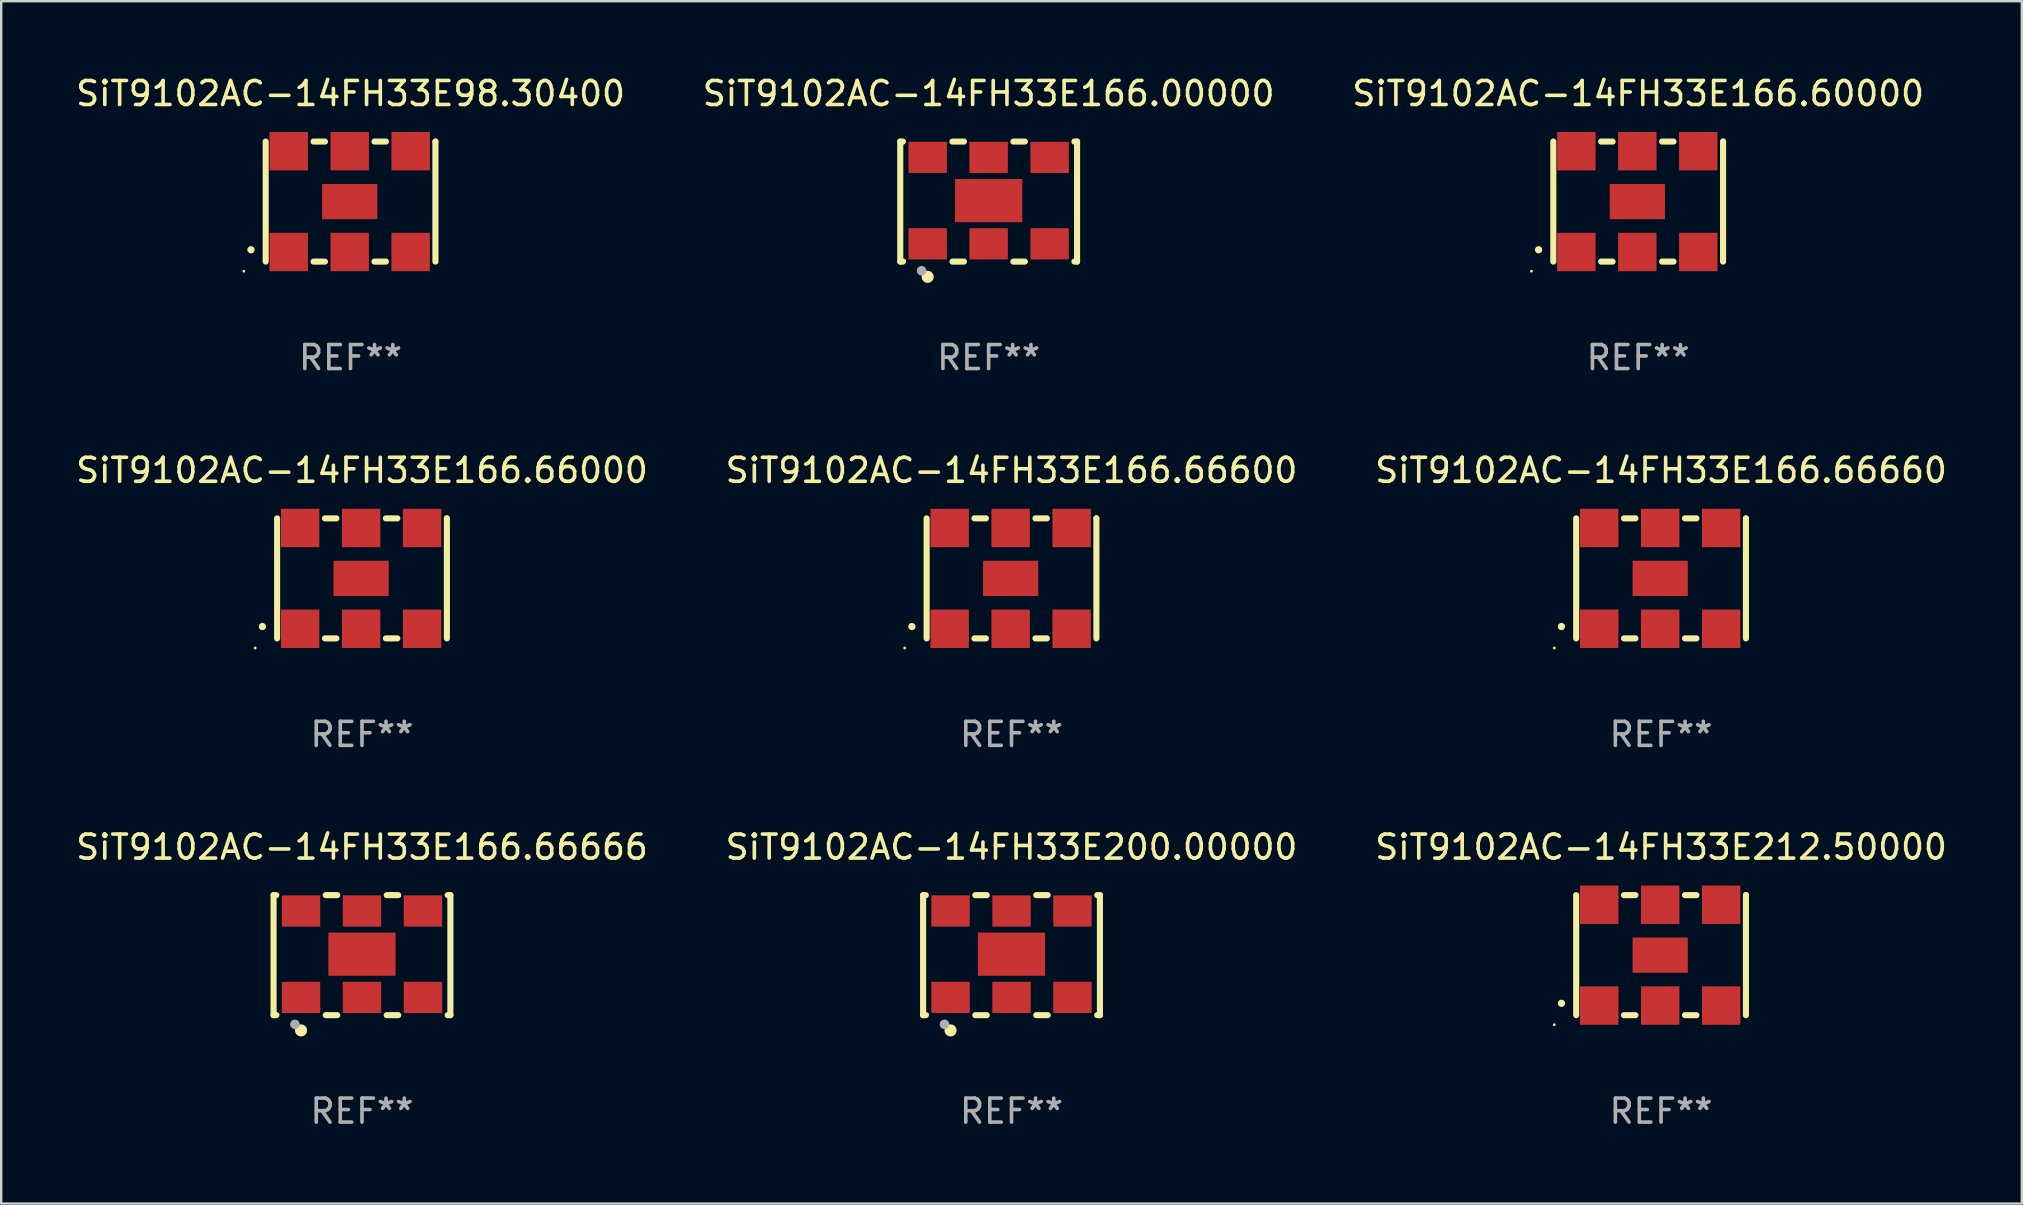
<source format=kicad_pcb>
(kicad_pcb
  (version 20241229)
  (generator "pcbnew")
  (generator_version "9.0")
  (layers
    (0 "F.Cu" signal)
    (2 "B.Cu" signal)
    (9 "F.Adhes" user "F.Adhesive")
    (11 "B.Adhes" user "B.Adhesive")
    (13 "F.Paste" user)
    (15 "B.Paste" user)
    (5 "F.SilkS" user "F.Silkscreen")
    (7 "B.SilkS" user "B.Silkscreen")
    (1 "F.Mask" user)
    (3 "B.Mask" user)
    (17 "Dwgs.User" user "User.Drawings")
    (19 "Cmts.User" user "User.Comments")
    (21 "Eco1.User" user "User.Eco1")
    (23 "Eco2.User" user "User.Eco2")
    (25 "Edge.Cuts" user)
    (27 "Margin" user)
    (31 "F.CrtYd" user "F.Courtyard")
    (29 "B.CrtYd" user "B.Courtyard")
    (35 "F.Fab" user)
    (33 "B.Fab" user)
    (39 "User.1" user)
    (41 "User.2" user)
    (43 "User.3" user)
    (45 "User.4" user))
  (footprint "SiT9102AC-14FH33E166.60000"
    (layer "F.Cu")
    (at 65.196 5.348)
    (property "Reference" "SiT9102AC-14FH33E166.60000" (at 0 -4.5 0) (layer "F.SilkS") (effects (font (size 1 1) (thickness 0.15))))
    (attr through_hole)
    (fp_line (start -3.536 -2.5) (end -3.536 2.5) (stroke (width 0.254) (type solid)) (layer "F.SilkS"))
    (fp_line (start -1.544 2.5) (end -1.067 2.5) (stroke (width 0.254) (type solid)) (layer "F.SilkS"))
    (fp_line (start -1.067 -2.5) (end -1.544 -2.5) (stroke (width 0.254) (type solid)) (layer "F.SilkS"))
    (fp_line (start 0.996 2.5) (end 1.473 2.5) (stroke (width 0.254) (type solid)) (layer "F.SilkS"))
    (fp_line (start 1.473 -2.5) (end 0.996 -2.5) (stroke (width 0.254) (type solid)) (layer "F.SilkS"))
    (fp_line (start 3.536 -2.5) (end 3.536 -2.5) (stroke (width 0.254) (type solid)) (layer "F.SilkS"))
    (fp_line (start 3.536 2.5) (end 3.536 -2.5) (stroke (width 0.254) (type solid)) (layer "F.SilkS"))
    (fp_arc (start -4.150432 2.006604) (mid -4.149162 2.006599) (end -4.147892 2.006604) (stroke (width 0.3) (type solid)) (layer "F.SilkS"))
    (fp_circle (center -4.449 2.9) (end -4.419 2.9) (stroke (width 0.06) (type solid)) (fill no) (layer "F.SilkS"))
    (fp_text user "REF**" (at 0 6.5 0) (layer "F.Fab") (effects (font (size 1 1) (thickness 0.15))))
    (pad "1" smd rect (at -2.576 2.1) (size 1.6 1.6) (layers "F.Cu" "F.Mask" "F.Paste"))
    (pad "2" smd rect (at -0.036 2.1) (size 1.6 1.6) (layers "F.Cu" "F.Mask" "F.Paste"))
    (pad "3" smd rect (at 2.504 2.1) (size 1.6 1.6) (layers "F.Cu" "F.Mask" "F.Paste"))
    (pad "4" smd rect (at 2.504 -2.1) (size 1.6 1.6) (layers "F.Cu" "F.Mask" "F.Paste"))
    (pad "5" smd rect (at -0.036 -2.1) (size 1.6 1.6) (layers "F.Cu" "F.Mask" "F.Paste"))
    (pad "6" smd rect (at -2.576 -2.1) (size 1.6 1.6) (layers "F.Cu" "F.Mask" "F.Paste"))
    (pad "7" smd rect (at -0.036 0) (size 2.3 1.47) (layers "F.Cu" "F.Mask" "F.Paste")))
  (footprint "SiT9102AC-14FH33E166.66600"
    (layer "F.Cu")
    (at 39.089 21.045)
    (property "Reference" "SiT9102AC-14FH33E166.66600" (at 0 -4.5 0) (layer "F.SilkS") (effects (font (size 1 1) (thickness 0.15))))
    (attr through_hole)
    (fp_line (start -3.536 -2.5) (end -3.536 2.5) (stroke (width 0.254) (type solid)) (layer "F.SilkS"))
    (fp_line (start -1.544 2.5) (end -1.067 2.5) (stroke (width 0.254) (type solid)) (layer "F.SilkS"))
    (fp_line (start -1.067 -2.5) (end -1.544 -2.5) (stroke (width 0.254) (type solid)) (layer "F.SilkS"))
    (fp_line (start 0.996 2.5) (end 1.473 2.5) (stroke (width 0.254) (type solid)) (layer "F.SilkS"))
    (fp_line (start 1.473 -2.5) (end 0.996 -2.5) (stroke (width 0.254) (type solid)) (layer "F.SilkS"))
    (fp_line (start 3.536 -2.5) (end 3.536 -2.5) (stroke (width 0.254) (type solid)) (layer "F.SilkS"))
    (fp_line (start 3.536 2.5) (end 3.536 -2.5) (stroke (width 0.254) (type solid)) (layer "F.SilkS"))
    (fp_arc (start -4.150432 2.006604) (mid -4.149162 2.006599) (end -4.147892 2.006604) (stroke (width 0.3) (type solid)) (layer "F.SilkS"))
    (fp_circle (center -4.449 2.9) (end -4.419 2.9) (stroke (width 0.06) (type solid)) (fill no) (layer "F.SilkS"))
    (fp_text user "REF**" (at 0 6.5 0) (layer "F.Fab") (effects (font (size 1 1) (thickness 0.15))))
    (pad "1" smd rect (at -2.576 2.1) (size 1.6 1.6) (layers "F.Cu" "F.Mask" "F.Paste"))
    (pad "2" smd rect (at -0.036 2.1) (size 1.6 1.6) (layers "F.Cu" "F.Mask" "F.Paste"))
    (pad "3" smd rect (at 2.504 2.1) (size 1.6 1.6) (layers "F.Cu" "F.Mask" "F.Paste"))
    (pad "4" smd rect (at 2.504 -2.1) (size 1.6 1.6) (layers "F.Cu" "F.Mask" "F.Paste"))
    (pad "5" smd rect (at -0.036 -2.1) (size 1.6 1.6) (layers "F.Cu" "F.Mask" "F.Paste"))
    (pad "6" smd rect (at -2.576 -2.1) (size 1.6 1.6) (layers "F.Cu" "F.Mask" "F.Paste"))
    (pad "7" smd rect (at -0.036 0) (size 2.3 1.47) (layers "F.Cu" "F.Mask" "F.Paste")))
  (footprint "SiT9102AC-14FH33E212.50000"
    (layer "F.Cu")
    (at 66.149 36.741)
    (property "Reference" "SiT9102AC-14FH33E212.50000" (at 0 -4.5 0) (layer "F.SilkS") (effects (font (size 1 1) (thickness 0.15))))
    (attr through_hole)
    (fp_line (start -3.536 -2.5) (end -3.536 2.5) (stroke (width 0.254) (type solid)) (layer "F.SilkS"))
    (fp_line (start -1.544 2.5) (end -1.067 2.5) (stroke (width 0.254) (type solid)) (layer "F.SilkS"))
    (fp_line (start -1.067 -2.5) (end -1.544 -2.5) (stroke (width 0.254) (type solid)) (layer "F.SilkS"))
    (fp_line (start 0.996 2.5) (end 1.473 2.5) (stroke (width 0.254) (type solid)) (layer "F.SilkS"))
    (fp_line (start 1.473 -2.5) (end 0.996 -2.5) (stroke (width 0.254) (type solid)) (layer "F.SilkS"))
    (fp_line (start 3.536 -2.5) (end 3.536 -2.5) (stroke (width 0.254) (type solid)) (layer "F.SilkS"))
    (fp_line (start 3.536 2.5) (end 3.536 -2.5) (stroke (width 0.254) (type solid)) (layer "F.SilkS"))
    (fp_arc (start -4.150432 2.006604) (mid -4.149162 2.006599) (end -4.147892 2.006604) (stroke (width 0.3) (type solid)) (layer "F.SilkS"))
    (fp_circle (center -4.449 2.9) (end -4.419 2.9) (stroke (width 0.06) (type solid)) (fill no) (layer "F.SilkS"))
    (fp_text user "REF**" (at 0 6.5 0) (layer "F.Fab") (effects (font (size 1 1) (thickness 0.15))))
    (pad "1" smd rect (at -2.576 2.1) (size 1.6 1.6) (layers "F.Cu" "F.Mask" "F.Paste"))
    (pad "2" smd rect (at -0.036 2.1) (size 1.6 1.6) (layers "F.Cu" "F.Mask" "F.Paste"))
    (pad "3" smd rect (at 2.504 2.1) (size 1.6 1.6) (layers "F.Cu" "F.Mask" "F.Paste"))
    (pad "4" smd rect (at 2.504 -2.1) (size 1.6 1.6) (layers "F.Cu" "F.Mask" "F.Paste"))
    (pad "5" smd rect (at -0.036 -2.1) (size 1.6 1.6) (layers "F.Cu" "F.Mask" "F.Paste"))
    (pad "6" smd rect (at -2.576 -2.1) (size 1.6 1.6) (layers "F.Cu" "F.Mask" "F.Paste"))
    (pad "7" smd rect (at -0.036 0) (size 2.3 1.47) (layers "F.Cu" "F.Mask" "F.Paste")))
  (footprint "SiT9102AC-14FH33E166.66000"
    (layer "F.Cu")
    (at 12.03 21.045)
    (property "Reference" "SiT9102AC-14FH33E166.66000" (at 0 -4.5 0) (layer "F.SilkS") (effects (font (size 1 1) (thickness 0.15))))
    (attr through_hole)
    (fp_line (start -3.536 -2.5) (end -3.536 2.5) (stroke (width 0.254) (type solid)) (layer "F.SilkS"))
    (fp_line (start -1.544 2.5) (end -1.067 2.5) (stroke (width 0.254) (type solid)) (layer "F.SilkS"))
    (fp_line (start -1.067 -2.5) (end -1.544 -2.5) (stroke (width 0.254) (type solid)) (layer "F.SilkS"))
    (fp_line (start 0.996 2.5) (end 1.473 2.5) (stroke (width 0.254) (type solid)) (layer "F.SilkS"))
    (fp_line (start 1.473 -2.5) (end 0.996 -2.5) (stroke (width 0.254) (type solid)) (layer "F.SilkS"))
    (fp_line (start 3.536 -2.5) (end 3.536 -2.5) (stroke (width 0.254) (type solid)) (layer "F.SilkS"))
    (fp_line (start 3.536 2.5) (end 3.536 -2.5) (stroke (width 0.254) (type solid)) (layer "F.SilkS"))
    (fp_arc (start -4.150432 2.006604) (mid -4.149162 2.006599) (end -4.147892 2.006604) (stroke (width 0.3) (type solid)) (layer "F.SilkS"))
    (fp_circle (center -4.449 2.9) (end -4.419 2.9) (stroke (width 0.06) (type solid)) (fill no) (layer "F.SilkS"))
    (fp_text user "REF**" (at 0 6.5 0) (layer "F.Fab") (effects (font (size 1 1) (thickness 0.15))))
    (pad "1" smd rect (at -2.576 2.1) (size 1.6 1.6) (layers "F.Cu" "F.Mask" "F.Paste"))
    (pad "2" smd rect (at -0.036 2.1) (size 1.6 1.6) (layers "F.Cu" "F.Mask" "F.Paste"))
    (pad "3" smd rect (at 2.504 2.1) (size 1.6 1.6) (layers "F.Cu" "F.Mask" "F.Paste"))
    (pad "4" smd rect (at 2.504 -2.1) (size 1.6 1.6) (layers "F.Cu" "F.Mask" "F.Paste"))
    (pad "5" smd rect (at -0.036 -2.1) (size 1.6 1.6) (layers "F.Cu" "F.Mask" "F.Paste"))
    (pad "6" smd rect (at -2.576 -2.1) (size 1.6 1.6) (layers "F.Cu" "F.Mask" "F.Paste"))
    (pad "7" smd rect (at -0.036 0) (size 2.3 1.47) (layers "F.Cu" "F.Mask" "F.Paste")))
  (footprint "SiT9102AC-14FH33E98.30400"
    (layer "F.Cu")
    (at 11.554 5.348)
    (property "Reference" "SiT9102AC-14FH33E98.30400" (at 0 -4.5 0) (layer "F.SilkS") (effects (font (size 1 1) (thickness 0.15))))
    (attr through_hole)
    (fp_line (start -3.536 -2.5) (end -3.536 2.5) (stroke (width 0.254) (type solid)) (layer "F.SilkS"))
    (fp_line (start -1.544 2.5) (end -1.067 2.5) (stroke (width 0.254) (type solid)) (layer "F.SilkS"))
    (fp_line (start -1.067 -2.5) (end -1.544 -2.5) (stroke (width 0.254) (type solid)) (layer "F.SilkS"))
    (fp_line (start 0.996 2.5) (end 1.473 2.5) (stroke (width 0.254) (type solid)) (layer "F.SilkS"))
    (fp_line (start 1.473 -2.5) (end 0.996 -2.5) (stroke (width 0.254) (type solid)) (layer "F.SilkS"))
    (fp_line (start 3.536 -2.5) (end 3.536 -2.5) (stroke (width 0.254) (type solid)) (layer "F.SilkS"))
    (fp_line (start 3.536 2.5) (end 3.536 -2.5) (stroke (width 0.254) (type solid)) (layer "F.SilkS"))
    (fp_arc (start -4.150432 2.006604) (mid -4.149162 2.006599) (end -4.147892 2.006604) (stroke (width 0.3) (type solid)) (layer "F.SilkS"))
    (fp_circle (center -4.449 2.9) (end -4.419 2.9) (stroke (width 0.06) (type solid)) (fill no) (layer "F.SilkS"))
    (fp_text user "REF**" (at 0 6.5 0) (layer "F.Fab") (effects (font (size 1 1) (thickness 0.15))))
    (pad "1" smd rect (at -2.576 2.1) (size 1.6 1.6) (layers "F.Cu" "F.Mask" "F.Paste"))
    (pad "2" smd rect (at -0.036 2.1) (size 1.6 1.6) (layers "F.Cu" "F.Mask" "F.Paste"))
    (pad "3" smd rect (at 2.504 2.1) (size 1.6 1.6) (layers "F.Cu" "F.Mask" "F.Paste"))
    (pad "4" smd rect (at 2.504 -2.1) (size 1.6 1.6) (layers "F.Cu" "F.Mask" "F.Paste"))
    (pad "5" smd rect (at -0.036 -2.1) (size 1.6 1.6) (layers "F.Cu" "F.Mask" "F.Paste"))
    (pad "6" smd rect (at -2.576 -2.1) (size 1.6 1.6) (layers "F.Cu" "F.Mask" "F.Paste"))
    (pad "7" smd rect (at -0.036 0) (size 2.3 1.47) (layers "F.Cu" "F.Mask" "F.Paste")))
  (footprint "SiT9102AC-14FH33E200.00000"
    (layer "F.Cu")
    (at 39.089 36.741)
    (property "Reference" "SiT9102AC-14FH33E200.00000" (at 0 -4.5 0) (layer "F.SilkS") (effects (font (size 1 1) (thickness 0.15))))
    (attr through_hole)
    (fp_line (start -3.683 -2.5) (end -3.571 -2.5) (stroke (width 0.254) (type solid)) (layer "F.SilkS"))
    (fp_line (start -3.683 2.5) (end -3.683 -2.5) (stroke (width 0.254) (type solid)) (layer "F.SilkS"))
    (fp_line (start -3.683 2.5) (end -3.571 2.5) (stroke (width 0.254) (type solid)) (layer "F.SilkS"))
    (fp_line (start -1.509 -2.5) (end -1.031 -2.5) (stroke (width 0.254) (type solid)) (layer "F.SilkS"))
    (fp_line (start -1.509 2.5) (end -1.031 2.5) (stroke (width 0.254) (type solid)) (layer "F.SilkS"))
    (fp_line (start 1.031 -2.5) (end 1.509 -2.5) (stroke (width 0.254) (type solid)) (layer "F.SilkS"))
    (fp_line (start 1.031 2.5) (end 1.509 2.5) (stroke (width 0.254) (type solid)) (layer "F.SilkS"))
    (fp_line (start 3.571 -2.5) (end 3.683 -2.5) (stroke (width 0.254) (type solid)) (layer "F.SilkS"))
    (fp_line (start 3.571 2.5) (end 3.683 2.5) (stroke (width 0.254) (type solid)) (layer "F.SilkS"))
    (fp_line (start 3.683 2.5) (end 3.683 -2.5) (stroke (width 0.254) (type solid)) (layer "F.SilkS"))
    (fp_circle (center -3.5 2.46) (end -3.47 2.46) (stroke (width 0.06) (type solid)) (fill no) (layer "F.SilkS"))
    (fp_circle (center -2.54 3.135) (end -2.413 3.135) (stroke (width 0.254) (type solid)) (fill no) (layer "F.SilkS"))
    (fp_circle (center -2.794 2.881) (end -2.694 2.881) (stroke (width 0.2) (type solid)) (fill no) (layer "F.Fab"))
    (fp_text user "REF**" (at 0 6.5 0) (layer "F.Fab") (effects (font (size 1 1) (thickness 0.15))))
    (pad "1" smd rect (at -2.54 1.76) (size 1.6 1.3) (layers "F.Cu" "F.Mask" "F.Paste"))
    (pad "2" smd rect (at 0 1.76) (size 1.6 1.3) (layers "F.Cu" "F.Mask" "F.Paste"))
    (pad "3" smd rect (at 2.54 1.76) (size 1.6 1.3) (layers "F.Cu" "F.Mask" "F.Paste"))
    (pad "4" smd rect (at 2.54 -1.84) (size 1.6 1.3) (layers "F.Cu" "F.Mask" "F.Paste"))
    (pad "5" smd rect (at 0 -1.84) (size 1.6 1.3) (layers "F.Cu" "F.Mask" "F.Paste"))
    (pad "6" smd rect (at -2.54 -1.84) (size 1.6 1.3) (layers "F.Cu" "F.Mask" "F.Paste"))
    (pad "7" smd rect (at 0 -0.04) (size 2.8 1.8) (layers "F.Cu" "F.Mask" "F.Paste")))
  (footprint "SiT9102AC-14FH33E166.00000"
    (layer "F.Cu")
    (at 38.137 5.348)
    (property "Reference" "SiT9102AC-14FH33E166.00000" (at 0 -4.5 0) (layer "F.SilkS") (effects (font (size 1 1) (thickness 0.15))))
    (attr through_hole)
    (fp_line (start -3.683 -2.5) (end -3.571 -2.5) (stroke (width 0.254) (type solid)) (layer "F.SilkS"))
    (fp_line (start -3.683 2.5) (end -3.683 -2.5) (stroke (width 0.254) (type solid)) (layer "F.SilkS"))
    (fp_line (start -3.683 2.5) (end -3.571 2.5) (stroke (width 0.254) (type solid)) (layer "F.SilkS"))
    (fp_line (start -1.509 -2.5) (end -1.031 -2.5) (stroke (width 0.254) (type solid)) (layer "F.SilkS"))
    (fp_line (start -1.509 2.5) (end -1.031 2.5) (stroke (width 0.254) (type solid)) (layer "F.SilkS"))
    (fp_line (start 1.031 -2.5) (end 1.509 -2.5) (stroke (width 0.254) (type solid)) (layer "F.SilkS"))
    (fp_line (start 1.031 2.5) (end 1.509 2.5) (stroke (width 0.254) (type solid)) (layer "F.SilkS"))
    (fp_line (start 3.571 -2.5) (end 3.683 -2.5) (stroke (width 0.254) (type solid)) (layer "F.SilkS"))
    (fp_line (start 3.571 2.5) (end 3.683 2.5) (stroke (width 0.254) (type solid)) (layer "F.SilkS"))
    (fp_line (start 3.683 2.5) (end 3.683 -2.5) (stroke (width 0.254) (type solid)) (layer "F.SilkS"))
    (fp_circle (center -3.5 2.46) (end -3.47 2.46) (stroke (width 0.06) (type solid)) (fill no) (layer "F.SilkS"))
    (fp_circle (center -2.54 3.135) (end -2.413 3.135) (stroke (width 0.254) (type solid)) (fill no) (layer "F.SilkS"))
    (fp_circle (center -2.794 2.881) (end -2.694 2.881) (stroke (width 0.2) (type solid)) (fill no) (layer "F.Fab"))
    (fp_text user "REF**" (at 0 6.5 0) (layer "F.Fab") (effects (font (size 1 1) (thickness 0.15))))
    (pad "1" smd rect (at -2.54 1.76) (size 1.6 1.3) (layers "F.Cu" "F.Mask" "F.Paste"))
    (pad "2" smd rect (at 0 1.76) (size 1.6 1.3) (layers "F.Cu" "F.Mask" "F.Paste"))
    (pad "3" smd rect (at 2.54 1.76) (size 1.6 1.3) (layers "F.Cu" "F.Mask" "F.Paste"))
    (pad "4" smd rect (at 2.54 -1.84) (size 1.6 1.3) (layers "F.Cu" "F.Mask" "F.Paste"))
    (pad "5" smd rect (at 0 -1.84) (size 1.6 1.3) (layers "F.Cu" "F.Mask" "F.Paste"))
    (pad "6" smd rect (at -2.54 -1.84) (size 1.6 1.3) (layers "F.Cu" "F.Mask" "F.Paste"))
    (pad "7" smd rect (at 0 -0.04) (size 2.8 1.8) (layers "F.Cu" "F.Mask" "F.Paste")))
  (footprint "SiT9102AC-14FH33E166.66660"
    (layer "F.Cu")
    (at 66.149 21.045)
    (property "Reference" "SiT9102AC-14FH33E166.66660" (at 0 -4.5 0) (layer "F.SilkS") (effects (font (size 1 1) (thickness 0.15))))
    (attr through_hole)
    (fp_line (start -3.536 -2.5) (end -3.536 2.5) (stroke (width 0.254) (type solid)) (layer "F.SilkS"))
    (fp_line (start -1.544 2.5) (end -1.067 2.5) (stroke (width 0.254) (type solid)) (layer "F.SilkS"))
    (fp_line (start -1.067 -2.5) (end -1.544 -2.5) (stroke (width 0.254) (type solid)) (layer "F.SilkS"))
    (fp_line (start 0.996 2.5) (end 1.473 2.5) (stroke (width 0.254) (type solid)) (layer "F.SilkS"))
    (fp_line (start 1.473 -2.5) (end 0.996 -2.5) (stroke (width 0.254) (type solid)) (layer "F.SilkS"))
    (fp_line (start 3.536 -2.5) (end 3.536 -2.5) (stroke (width 0.254) (type solid)) (layer "F.SilkS"))
    (fp_line (start 3.536 2.5) (end 3.536 -2.5) (stroke (width 0.254) (type solid)) (layer "F.SilkS"))
    (fp_arc (start -4.150432 2.006604) (mid -4.149162 2.006599) (end -4.147892 2.006604) (stroke (width 0.3) (type solid)) (layer "F.SilkS"))
    (fp_circle (center -4.449 2.9) (end -4.419 2.9) (stroke (width 0.06) (type solid)) (fill no) (layer "F.SilkS"))
    (fp_text user "REF**" (at 0 6.5 0) (layer "F.Fab") (effects (font (size 1 1) (thickness 0.15))))
    (pad "1" smd rect (at -2.576 2.1) (size 1.6 1.6) (layers "F.Cu" "F.Mask" "F.Paste"))
    (pad "2" smd rect (at -0.036 2.1) (size 1.6 1.6) (layers "F.Cu" "F.Mask" "F.Paste"))
    (pad "3" smd rect (at 2.504 2.1) (size 1.6 1.6) (layers "F.Cu" "F.Mask" "F.Paste"))
    (pad "4" smd rect (at 2.504 -2.1) (size 1.6 1.6) (layers "F.Cu" "F.Mask" "F.Paste"))
    (pad "5" smd rect (at -0.036 -2.1) (size 1.6 1.6) (layers "F.Cu" "F.Mask" "F.Paste"))
    (pad "6" smd rect (at -2.576 -2.1) (size 1.6 1.6) (layers "F.Cu" "F.Mask" "F.Paste"))
    (pad "7" smd rect (at -0.036 0) (size 2.3 1.47) (layers "F.Cu" "F.Mask" "F.Paste")))
  (footprint "SiT9102AC-14FH33E166.66666"
    (layer "F.Cu")
    (at 12.03 36.741)
    (property "Reference" "SiT9102AC-14FH33E166.66666" (at 0 -4.5 0) (layer "F.SilkS") (effects (font (size 1 1) (thickness 0.15))))
    (attr through_hole)
    (fp_line (start -3.683 -2.5) (end -3.571 -2.5) (stroke (width 0.254) (type solid)) (layer "F.SilkS"))
    (fp_line (start -3.683 2.5) (end -3.683 -2.5) (stroke (width 0.254) (type solid)) (layer "F.SilkS"))
    (fp_line (start -3.683 2.5) (end -3.571 2.5) (stroke (width 0.254) (type solid)) (layer "F.SilkS"))
    (fp_line (start -1.509 -2.5) (end -1.031 -2.5) (stroke (width 0.254) (type solid)) (layer "F.SilkS"))
    (fp_line (start -1.509 2.5) (end -1.031 2.5) (stroke (width 0.254) (type solid)) (layer "F.SilkS"))
    (fp_line (start 1.031 -2.5) (end 1.509 -2.5) (stroke (width 0.254) (type solid)) (layer "F.SilkS"))
    (fp_line (start 1.031 2.5) (end 1.509 2.5) (stroke (width 0.254) (type solid)) (layer "F.SilkS"))
    (fp_line (start 3.571 -2.5) (end 3.683 -2.5) (stroke (width 0.254) (type solid)) (layer "F.SilkS"))
    (fp_line (start 3.571 2.5) (end 3.683 2.5) (stroke (width 0.254) (type solid)) (layer "F.SilkS"))
    (fp_line (start 3.683 2.5) (end 3.683 -2.5) (stroke (width 0.254) (type solid)) (layer "F.SilkS"))
    (fp_circle (center -3.5 2.46) (end -3.47 2.46) (stroke (width 0.06) (type solid)) (fill no) (layer "F.SilkS"))
    (fp_circle (center -2.54 3.135) (end -2.413 3.135) (stroke (width 0.254) (type solid)) (fill no) (layer "F.SilkS"))
    (fp_circle (center -2.794 2.881) (end -2.694 2.881) (stroke (width 0.2) (type solid)) (fill no) (layer "F.Fab"))
    (fp_text user "REF**" (at 0 6.5 0) (layer "F.Fab") (effects (font (size 1 1) (thickness 0.15))))
    (pad "1" smd rect (at -2.54 1.76) (size 1.6 1.3) (layers "F.Cu" "F.Mask" "F.Paste"))
    (pad "2" smd rect (at 0 1.76) (size 1.6 1.3) (layers "F.Cu" "F.Mask" "F.Paste"))
    (pad "3" smd rect (at 2.54 1.76) (size 1.6 1.3) (layers "F.Cu" "F.Mask" "F.Paste"))
    (pad "4" smd rect (at 2.54 -1.84) (size 1.6 1.3) (layers "F.Cu" "F.Mask" "F.Paste"))
    (pad "5" smd rect (at 0 -1.84) (size 1.6 1.3) (layers "F.Cu" "F.Mask" "F.Paste"))
    (pad "6" smd rect (at -2.54 -1.84) (size 1.6 1.3) (layers "F.Cu" "F.Mask" "F.Paste"))
    (pad "7" smd rect (at 0 -0.04) (size 2.8 1.8) (layers "F.Cu" "F.Mask" "F.Paste")))
  (gr_rect
    (start -3 -3)
    (end 81.179 47.09)
    (stroke (width 0.1) (type default))
    (fill no)
    (layer "Edge.Cuts")))
</source>
